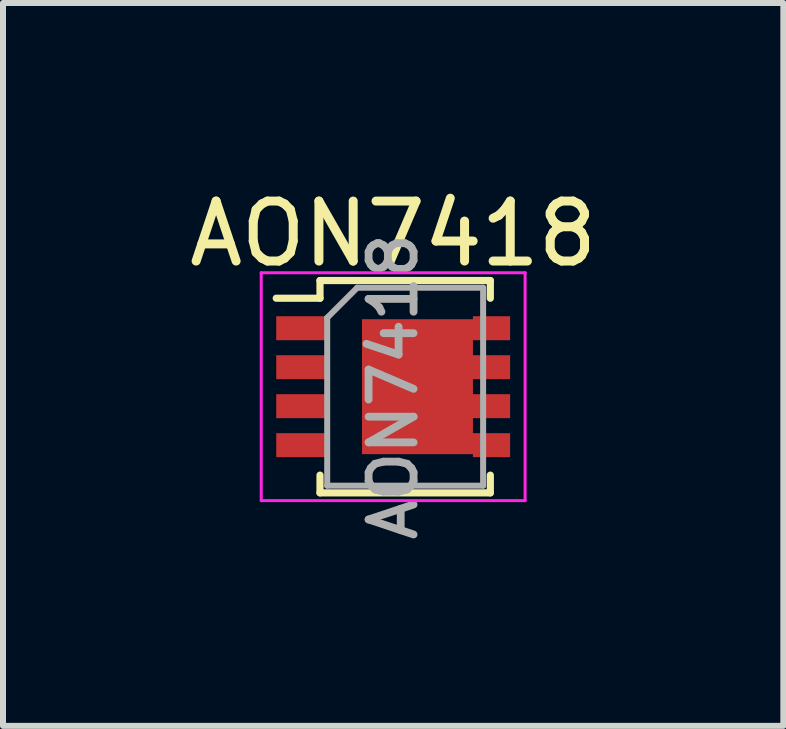
<source format=kicad_pcb>
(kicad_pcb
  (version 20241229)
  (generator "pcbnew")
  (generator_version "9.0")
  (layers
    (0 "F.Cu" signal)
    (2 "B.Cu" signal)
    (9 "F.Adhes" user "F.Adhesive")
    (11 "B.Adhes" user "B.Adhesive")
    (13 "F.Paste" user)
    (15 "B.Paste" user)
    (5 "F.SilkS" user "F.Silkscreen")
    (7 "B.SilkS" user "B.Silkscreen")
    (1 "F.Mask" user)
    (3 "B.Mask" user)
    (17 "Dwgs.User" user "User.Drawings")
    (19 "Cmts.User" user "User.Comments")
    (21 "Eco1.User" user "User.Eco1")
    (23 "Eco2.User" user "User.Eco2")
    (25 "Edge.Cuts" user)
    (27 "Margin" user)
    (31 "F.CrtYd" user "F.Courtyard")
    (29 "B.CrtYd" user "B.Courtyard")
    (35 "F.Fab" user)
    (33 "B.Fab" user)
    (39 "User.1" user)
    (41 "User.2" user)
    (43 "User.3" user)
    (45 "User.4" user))
  (footprint "AON7418"
    (layer "F.Cu")
    (at 3.506 3.398)
    (property "Reference" "AON7418" (at 0 -2.55 0) (layer "F.SilkS") (effects (font (size 1 1) (thickness 0.15))))
    (attr smd)
    (fp_line (start -1.95 -1.475) (end -1.22 -1.475) (stroke (width 0.12) (type solid)) (layer "F.SilkS"))
    (fp_line (start -1.22 -1.77) (end -1.22 -1.475) (stroke (width 0.12) (type solid)) (layer "F.SilkS"))
    (fp_line (start -1.22 1.475) (end -1.22 1.77) (stroke (width 0.12) (type solid)) (layer "F.SilkS"))
    (fp_line (start -1.22 1.77) (end 1.62 1.77) (stroke (width 0.12) (type solid)) (layer "F.SilkS"))
    (fp_line (start 1.62 -1.77) (end -1.22 -1.77) (stroke (width 0.12) (type solid)) (layer "F.SilkS"))
    (fp_line (start 1.62 -1.475) (end 1.62 -1.77) (stroke (width 0.12) (type solid)) (layer "F.SilkS"))
    (fp_line (start 1.62 1.77) (end 1.62 1.475) (stroke (width 0.12) (type solid)) (layer "F.SilkS"))
    (fp_line (start -2.2 -1.9) (end 2.2 -1.9) (stroke (width 0.05) (type solid)) (layer "F.CrtYd"))
    (fp_line (start -2.2 1.9) (end -2.2 -1.9) (stroke (width 0.05) (type solid)) (layer "F.CrtYd"))
    (fp_line (start -2.2 1.9) (end 2.2 1.9) (stroke (width 0.05) (type solid)) (layer "F.CrtYd"))
    (fp_line (start 2.2 -1.9) (end 2.2 1.9) (stroke (width 0.05) (type solid)) (layer "F.CrtYd"))
    (fp_line (start -1.1 -1.15) (end -1.1 1.65) (stroke (width 0.1) (type solid)) (layer "F.Fab"))
    (fp_line (start -1.1 1.65) (end 1.5 1.65) (stroke (width 0.1) (type solid)) (layer "F.Fab"))
    (fp_line (start -0.6 -1.65) (end -1.1 -1.15) (stroke (width 0.1) (type solid)) (layer "F.Fab"))
    (fp_line (start -0.6 -1.65) (end 1.5 -1.65) (stroke (width 0.1) (type solid)) (layer "F.Fab"))
    (fp_line (start 1.5 1.65) (end 1.5 -1.65) (stroke (width 0.1) (type solid)) (layer "F.Fab"))
    (fp_text user "${REFERENCE}" (at 0 0 90) (layer "F.Fab") (effects (font (size 0.75 0.75) (thickness 0.13))))
    (pad "" smd rect (at -1.535 -0.975) (size 0.83 0.3) (layers "F.Paste"))
    (pad "" smd rect (at -1.535 -0.325) (size 0.83 0.3) (layers "F.Paste"))
    (pad "" smd rect (at -1.535 0.325) (size 0.83 0.3) (layers "F.Paste"))
    (pad "" smd rect (at -1.535 0.975) (size 0.83 0.3) (layers "F.Paste"))
    (pad "" smd rect (at -0.215 -0.626) (size 0.51 0.635) (layers "F.Paste"))
    (pad "" smd rect (at -0.215 0.626) (size 0.51 0.635) (layers "F.Paste"))
    (pad "" smd rect (at 0.645 -0.626) (size 0.51 0.635) (layers "F.Paste"))
    (pad "" smd rect (at 0.645 0.626) (size 0.51 0.635) (layers "F.Paste"))
    (pad "" smd rect (at 1.575 -0.975) (size 0.75 0.3) (layers "F.Paste"))
    (pad "" smd rect (at 1.575 -0.325) (size 0.75 0.3) (layers "F.Paste"))
    (pad "" smd rect (at 1.575 0.325) (size 0.75 0.3) (layers "F.Paste"))
    (pad "" smd rect (at 1.575 0.975) (size 0.75 0.3) (layers "F.Paste"))
    (pad "1" smd rect (at -1.535 -0.975) (size 0.83 0.4) (layers "F.Cu" "F.Mask"))
    (pad "1" smd rect (at -1.535 -0.325) (size 0.83 0.4) (layers "F.Cu" "F.Mask"))
    (pad "1" smd rect (at -1.535 0.325) (size 0.83 0.4) (layers "F.Cu" "F.Mask"))
    (pad "2" smd rect (at -1.535 0.975) (size 0.83 0.4) (layers "F.Cu" "F.Mask"))
    (pad "3" smd custom (at 0.405 0) (size 1.85 2.25) (layers "F.Cu" "F.Mask") (options (anchor rect)) (primitives (gr_poly (pts (xy 0.925 -1.175) (xy 1.545 -1.175) (xy 1.545 -0.775) (xy 0.925 -0.775)) (width 0) (fill yes)) (gr_poly (pts (xy 0.925 -0.525) (xy 1.545 -0.525) (xy 1.545 -0.125) (xy 0.925 -0.125)) (width 0) (fill yes)) (gr_poly (pts (xy 0.925 0.125) (xy 1.545 0.125) (xy 1.545 0.525) (xy 0.925 0.525)) (width 0) (fill yes)) (gr_poly (pts (xy 0.925 0.775) (xy 1.545 0.775) (xy 1.545 1.175) (xy 0.925 1.175)) (width 0) (fill yes)))))
  (gr_rect
    (start -3 -3)
    (end 10.012 9.054)
    (stroke (width 0.1) (type default))
    (fill no)
    (layer "Edge.Cuts")))
</source>
